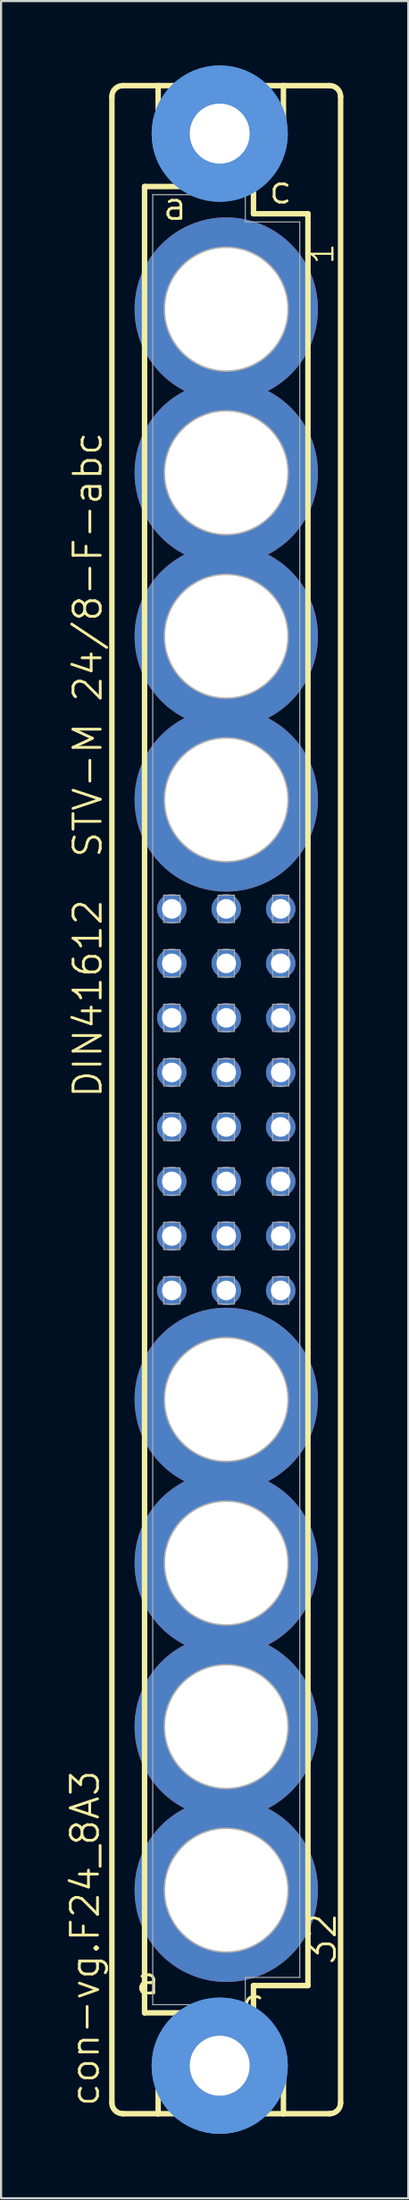
<source format=kicad_pcb>
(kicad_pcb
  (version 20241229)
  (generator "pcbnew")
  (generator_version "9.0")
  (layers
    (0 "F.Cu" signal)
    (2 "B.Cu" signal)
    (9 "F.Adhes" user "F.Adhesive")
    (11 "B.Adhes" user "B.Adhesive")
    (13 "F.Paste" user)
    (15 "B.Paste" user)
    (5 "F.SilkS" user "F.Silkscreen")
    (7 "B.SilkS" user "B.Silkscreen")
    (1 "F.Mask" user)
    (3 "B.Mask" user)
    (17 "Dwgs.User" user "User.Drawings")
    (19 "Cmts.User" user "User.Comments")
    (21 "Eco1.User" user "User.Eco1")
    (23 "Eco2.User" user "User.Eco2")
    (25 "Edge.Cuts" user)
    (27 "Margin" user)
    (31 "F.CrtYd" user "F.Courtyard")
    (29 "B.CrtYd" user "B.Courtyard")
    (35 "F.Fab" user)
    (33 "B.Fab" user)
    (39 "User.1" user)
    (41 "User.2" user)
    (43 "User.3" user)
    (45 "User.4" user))
  (footprint "con-vg.F24_8A3"
    (layer "F.Cu")
    (at 7.502 48.184)
    (property "Reference" "con-vg.F24_8A3" (at -5.842 46.99 90) (layer "F.SilkS") (effects (font (size 1.27 1.27) (thickness 0.13)) (justify left bottom)))
    (attr through_hole)
    (fp_line (start -5.334 46.736) (end -5.334 -46.736) (stroke (width 0.254) (type default)) (layer "F.SilkS"))
    (fp_line (start -4.826 -47.244) (end -3.175 -47.244) (stroke (width 0.254) (type default)) (layer "F.SilkS"))
    (fp_line (start -4.826 47.244) (end -3.175 47.244) (stroke (width 0.254) (type default)) (layer "F.SilkS"))
    (fp_line (start -3.81 -42.545) (end -3.81 42.545) (stroke (width 0.254) (type default)) (layer "F.SilkS"))
    (fp_line (start -3.81 42.545) (end -1.651 42.545) (stroke (width 0.254) (type default)) (layer "F.SilkS"))
    (fp_line (start -3.175 -47.244) (end -3.175 -44.45) (stroke (width 0.254) (type default)) (layer "F.SilkS"))
    (fp_line (start -3.175 47.244) (end -3.175 44.45) (stroke (width 0.254) (type default)) (layer "F.SilkS"))
    (fp_line (start -3.175 47.244) (end 2.667 47.244) (stroke (width 0.254) (type default)) (layer "F.SilkS"))
    (fp_line (start -1.651 -42.545) (end -3.81 -42.545) (stroke (width 0.254) (type default)) (layer "F.SilkS"))
    (fp_line (start -1.651 -42.545) (end -3.175 -44.45) (stroke (width 0.254) (type default)) (layer "F.SilkS"))
    (fp_line (start -1.651 42.545) (end -3.175 44.45) (stroke (width 0.254) (type default)) (layer "F.SilkS"))
    (fp_line (start -1.651 42.545) (end 1.143 42.545) (stroke (width 0.254) (type default)) (layer "F.SilkS"))
    (fp_line (start 1.143 -42.545) (end -1.651 -42.545) (stroke (width 0.254) (type default)) (layer "F.SilkS"))
    (fp_line (start 1.143 -42.545) (end 2.667 -44.45) (stroke (width 0.254) (type default)) (layer "F.SilkS"))
    (fp_line (start 1.143 42.545) (end 1.27 42.545) (stroke (width 0.254) (type default)) (layer "F.SilkS"))
    (fp_line (start 1.143 42.545) (end 2.667 44.45) (stroke (width 0.254) (type default)) (layer "F.SilkS"))
    (fp_line (start 1.27 -42.545) (end 1.143 -42.545) (stroke (width 0.254) (type default)) (layer "F.SilkS"))
    (fp_line (start 1.27 -41.275) (end 1.27 -42.545) (stroke (width 0.254) (type default)) (layer "F.SilkS"))
    (fp_line (start 1.27 41.275) (end 3.81 41.275) (stroke (width 0.254) (type default)) (layer "F.SilkS"))
    (fp_line (start 1.27 42.545) (end 1.27 41.275) (stroke (width 0.254) (type default)) (layer "F.SilkS"))
    (fp_line (start 2.667 -47.244) (end -3.175 -47.244) (stroke (width 0.254) (type default)) (layer "F.SilkS"))
    (fp_line (start 2.667 -47.244) (end 2.667 -44.45) (stroke (width 0.254) (type default)) (layer "F.SilkS"))
    (fp_line (start 2.667 47.244) (end 2.667 44.45) (stroke (width 0.254) (type default)) (layer "F.SilkS"))
    (fp_line (start 2.667 47.244) (end 4.826 47.244) (stroke (width 0.254) (type default)) (layer "F.SilkS"))
    (fp_line (start 3.81 -41.275) (end 1.27 -41.275) (stroke (width 0.254) (type default)) (layer "F.SilkS"))
    (fp_line (start 3.81 41.275) (end 3.81 -41.275) (stroke (width 0.254) (type default)) (layer "F.SilkS"))
    (fp_line (start 4.826 -47.244) (end 2.667 -47.244) (stroke (width 0.254) (type default)) (layer "F.SilkS"))
    (fp_line (start 5.334 46.736) (end 5.334 -46.736) (stroke (width 0.254) (type default)) (layer "F.SilkS"))
    (fp_arc (start -5.334 -46.736) (mid -5.18521 -47.09521) (end -4.826 -47.244) (stroke (width 0.254) (type default)) (layer "F.SilkS"))
    (fp_arc (start -4.826 47.244) (mid -5.18521 47.09521) (end -5.334 46.736) (stroke (width 0.254) (type default)) (layer "F.SilkS"))
    (fp_arc (start 4.826 -47.244) (mid 5.18521 -47.09521) (end 5.334 -46.736) (stroke (width 0.254) (type default)) (layer "F.SilkS"))
    (fp_arc (start 5.334 46.736) (mid 5.18521 47.09521) (end 4.826 47.244) (stroke (width 0.254) (type default)) (layer "F.SilkS"))
    (fp_circle (center -0.305 -45.009) (end 0.965 -45.009) (stroke (width 0.254) (type default)) (fill no) (layer "F.SilkS"))
    (fp_circle (center -0.305 45.009) (end 0.965 45.009) (stroke (width 0.254) (type default)) (fill no) (layer "F.SilkS"))
    (fp_circle (center -0.305 -45.009) (end 1.981 -45.009) (stroke (width 1.778) (type default)) (fill no) (layer "Cmts.User"))
    (fp_circle (center -0.305 -45.009) (end 1.981 -45.009) (stroke (width 1.778) (type default)) (fill no) (layer "Cmts.User"))
    (fp_circle (center -0.305 45.009) (end 1.981 45.009) (stroke (width 1.778) (type default)) (fill no) (layer "Cmts.User"))
    (fp_circle (center -0.305 45.009) (end 1.981 45.009) (stroke (width 1.778) (type default)) (fill no) (layer "Cmts.User"))
    (fp_line (start -3.429 -42.164) (end -3.429 42.164) (stroke (width 0.051) (type default)) (layer "F.Fab"))
    (fp_line (start -3.429 -42.164) (end 0.889 -42.164) (stroke (width 0.051) (type default)) (layer "F.Fab"))
    (fp_line (start -3.429 42.164) (end 0.889 42.164) (stroke (width 0.051) (type default)) (layer "F.Fab"))
    (fp_line (start 0.889 -42.164) (end 0.889 -40.894) (stroke (width 0.051) (type default)) (layer "F.Fab"))
    (fp_line (start 0.889 -40.894) (end 3.429 -40.894) (stroke (width 0.051) (type default)) (layer "F.Fab"))
    (fp_line (start 0.889 40.894) (end 3.429 40.894) (stroke (width 0.051) (type default)) (layer "F.Fab"))
    (fp_line (start 0.889 42.164) (end 0.889 40.894) (stroke (width 0.051) (type default)) (layer "F.Fab"))
    (fp_line (start 3.429 -40.894) (end 3.429 40.894) (stroke (width 0.051) (type default)) (layer "F.Fab"))
    (fp_rect (start -2.921 -8.255) (end -2.159 -9.525) (stroke (width 0.05) (type default)) (fill no) (layer "F.Fab"))
    (fp_rect (start -2.921 -5.715) (end -2.159 -6.985) (stroke (width 0.05) (type default)) (fill no) (layer "F.Fab"))
    (fp_rect (start -2.921 -3.175) (end -2.159 -4.445) (stroke (width 0.05) (type default)) (fill no) (layer "F.Fab"))
    (fp_rect (start -2.921 -0.635) (end -2.159 -1.905) (stroke (width 0.05) (type default)) (fill no) (layer "F.Fab"))
    (fp_rect (start -2.921 1.905) (end -2.159 0.635) (stroke (width 0.05) (type default)) (fill no) (layer "F.Fab"))
    (fp_rect (start -2.921 4.445) (end -2.159 3.175) (stroke (width 0.05) (type default)) (fill no) (layer "F.Fab"))
    (fp_rect (start -2.921 6.985) (end -2.159 5.715) (stroke (width 0.05) (type default)) (fill no) (layer "F.Fab"))
    (fp_rect (start -2.921 9.525) (end -2.159 8.255) (stroke (width 0.05) (type default)) (fill no) (layer "F.Fab"))
    (fp_rect (start -0.381 -8.255) (end 0.381 -9.525) (stroke (width 0.05) (type default)) (fill no) (layer "F.Fab"))
    (fp_rect (start -0.381 -5.715) (end 0.381 -6.985) (stroke (width 0.05) (type default)) (fill no) (layer "F.Fab"))
    (fp_rect (start -0.381 -3.175) (end 0.381 -4.445) (stroke (width 0.05) (type default)) (fill no) (layer "F.Fab"))
    (fp_rect (start -0.381 -0.635) (end 0.381 -1.905) (stroke (width 0.05) (type default)) (fill no) (layer "F.Fab"))
    (fp_rect (start -0.381 1.905) (end 0.381 0.635) (stroke (width 0.05) (type default)) (fill no) (layer "F.Fab"))
    (fp_rect (start -0.381 4.445) (end 0.381 3.175) (stroke (width 0.05) (type default)) (fill no) (layer "F.Fab"))
    (fp_rect (start -0.381 6.985) (end 0.381 5.715) (stroke (width 0.05) (type default)) (fill no) (layer "F.Fab"))
    (fp_rect (start -0.381 9.525) (end 0.381 8.255) (stroke (width 0.05) (type default)) (fill no) (layer "F.Fab"))
    (fp_rect (start 2.159 -8.255) (end 2.921 -9.525) (stroke (width 0.05) (type default)) (fill no) (layer "F.Fab"))
    (fp_rect (start 2.159 -5.715) (end 2.921 -6.985) (stroke (width 0.05) (type default)) (fill no) (layer "F.Fab"))
    (fp_rect (start 2.159 -3.175) (end 2.921 -4.445) (stroke (width 0.05) (type default)) (fill no) (layer "F.Fab"))
    (fp_rect (start 2.159 -0.635) (end 2.921 -1.905) (stroke (width 0.05) (type default)) (fill no) (layer "F.Fab"))
    (fp_rect (start 2.159 1.905) (end 2.921 0.635) (stroke (width 0.05) (type default)) (fill no) (layer "F.Fab"))
    (fp_rect (start 2.159 4.445) (end 2.921 3.175) (stroke (width 0.05) (type default)) (fill no) (layer "F.Fab"))
    (fp_rect (start 2.159 6.985) (end 2.921 5.715) (stroke (width 0.05) (type default)) (fill no) (layer "F.Fab"))
    (fp_rect (start 2.159 9.525) (end 2.921 8.255) (stroke (width 0.05) (type default)) (fill no) (layer "F.Fab"))
    (fp_circle (center 0 -36.83) (end 2.794 -36.83) (stroke (width 0.254) (type default)) (fill no) (layer "F.Fab"))
    (fp_circle (center 0 -29.21) (end 2.794 -29.21) (stroke (width 0.254) (type default)) (fill no) (layer "F.Fab"))
    (fp_circle (center 0 -21.59) (end 2.794 -21.59) (stroke (width 0.254) (type default)) (fill no) (layer "F.Fab"))
    (fp_circle (center 0 -13.97) (end 2.794 -13.97) (stroke (width 0.254) (type default)) (fill no) (layer "F.Fab"))
    (fp_circle (center 0 13.97) (end 2.794 13.97) (stroke (width 0.254) (type default)) (fill no) (layer "F.Fab"))
    (fp_circle (center 0 21.59) (end 2.794 21.59) (stroke (width 0.254) (type default)) (fill no) (layer "F.Fab"))
    (fp_circle (center 0 29.21) (end 2.794 29.21) (stroke (width 0.254) (type default)) (fill no) (layer "F.Fab"))
    (fp_circle (center 0 36.83) (end 2.794 36.83) (stroke (width 0.254) (type default)) (fill no) (layer "F.Fab"))
    (fp_text user "c " (at 0.635 42.799 0) (layer "F.SilkS") (effects (font (size 1.27 1.27) (thickness 0.13)) (justify left bottom)))
    (fp_text user "DIN41612  STV-M 24/8-F-abc" (at -5.715 0 90) (layer "F.SilkS") (effects (font (size 1.27 1.27) (thickness 0.13)) (justify left bottom)))
    (fp_text user "32" (at 5.207 40.386 90) (layer "F.SilkS") (effects (font (size 1.27 1.27) (thickness 0.13)) (justify left bottom)))
    (fp_text user "a" (at -3.048 -40.894 0) (layer "F.SilkS") (effects (font (size 1.27 1.27) (thickness 0.13)) (justify left bottom)))
    (fp_text user "c" (at 1.905 -41.656 0) (layer "F.SilkS") (effects (font (size 1.27 1.27) (thickness 0.13)) (justify left bottom)))
    (fp_text user "1" (at 5.08 -38.862 90) (layer "F.SilkS") (effects (font (size 1.016 1.016) (thickness 0.1)) (justify left bottom)))
    (fp_text user "a " (at -4.318 41.783 0) (layer "F.SilkS") (effects (font (size 1.27 1.27) (thickness 0.13)) (justify left bottom)))
    (pad "" np_thru_hole circle (at -0.305 -45.009) (size 2.794 2.794) (drill 2.794) (layers "*.Cu" "*.Mask"))
    (pad "" np_thru_hole circle (at -0.305 45.009) (size 2.794 2.794) (drill 2.794) (layers "*.Cu" "*.Mask"))
    (pad "1" thru_hole circle (at 0 -36.83) (size 8.55 8.55) (drill 5.7) (layers "*.Cu" "*.Mask"))
    (pad "2" thru_hole circle (at 0 -29.21) (size 8.55 8.55) (drill 5.7) (layers "*.Cu" "*.Mask"))
    (pad "3" thru_hole circle (at 0 -21.59) (size 8.55 8.55) (drill 5.7) (layers "*.Cu" "*.Mask"))
    (pad "4" thru_hole circle (at 0 -13.97) (size 8.55 8.55) (drill 5.7) (layers "*.Cu" "*.Mask"))
    (pad "5" thru_hole circle (at 0 13.97) (size 8.55 8.55) (drill 5.7) (layers "*.Cu" "*.Mask"))
    (pad "6" thru_hole circle (at 0 21.59) (size 8.55 8.55) (drill 5.7) (layers "*.Cu" "*.Mask"))
    (pad "7" thru_hole circle (at 0 29.21) (size 8.55 8.55) (drill 5.7) (layers "*.Cu" "*.Mask"))
    (pad "8" thru_hole circle (at 0 36.83) (size 8.55 8.55) (drill 5.7) (layers "*.Cu" "*.Mask"))
    (pad "A13" thru_hole circle (at -2.54 -8.89) (size 1.372 1.372) (drill 0.914) (layers "*.Cu" "*.Mask"))
    (pad "A14" thru_hole circle (at -2.54 -6.35) (size 1.372 1.372) (drill 0.914) (layers "*.Cu" "*.Mask"))
    (pad "A15" thru_hole circle (at -2.54 -3.81) (size 1.372 1.372) (drill 0.914) (layers "*.Cu" "*.Mask"))
    (pad "A16" thru_hole circle (at -2.54 -1.27) (size 1.372 1.372) (drill 0.914) (layers "*.Cu" "*.Mask"))
    (pad "A17" thru_hole circle (at -2.54 1.27) (size 1.372 1.372) (drill 0.914) (layers "*.Cu" "*.Mask"))
    (pad "A18" thru_hole circle (at -2.54 3.81) (size 1.372 1.372) (drill 0.914) (layers "*.Cu" "*.Mask"))
    (pad "A19" thru_hole circle (at -2.54 6.35) (size 1.372 1.372) (drill 0.914) (layers "*.Cu" "*.Mask"))
    (pad "A20" thru_hole circle (at -2.54 8.89) (size 1.372 1.372) (drill 0.914) (layers "*.Cu" "*.Mask"))
    (pad "B13" thru_hole circle (at 0 -8.89) (size 1.372 1.372) (drill 0.914) (layers "*.Cu" "*.Mask"))
    (pad "B14" thru_hole circle (at 0 -6.35) (size 1.372 1.372) (drill 0.914) (layers "*.Cu" "*.Mask"))
    (pad "B15" thru_hole circle (at 0 -3.81) (size 1.372 1.372) (drill 0.914) (layers "*.Cu" "*.Mask"))
    (pad "B16" thru_hole circle (at 0 -1.27) (size 1.372 1.372) (drill 0.914) (layers "*.Cu" "*.Mask"))
    (pad "B17" thru_hole circle (at 0 1.27) (size 1.372 1.372) (drill 0.914) (layers "*.Cu" "*.Mask"))
    (pad "B18" thru_hole circle (at 0 3.81) (size 1.372 1.372) (drill 0.914) (layers "*.Cu" "*.Mask"))
    (pad "B19" thru_hole circle (at 0 6.35) (size 1.372 1.372) (drill 0.914) (layers "*.Cu" "*.Mask"))
    (pad "B20" thru_hole circle (at 0 8.89) (size 1.372 1.372) (drill 0.914) (layers "*.Cu" "*.Mask"))
    (pad "C13" thru_hole circle (at 2.54 -8.89) (size 1.372 1.372) (drill 0.914) (layers "*.Cu" "*.Mask"))
    (pad "C14" thru_hole circle (at 2.54 -6.35) (size 1.372 1.372) (drill 0.914) (layers "*.Cu" "*.Mask"))
    (pad "C15" thru_hole circle (at 2.54 -3.81) (size 1.372 1.372) (drill 0.914) (layers "*.Cu" "*.Mask"))
    (pad "C16" thru_hole circle (at 2.54 -1.27) (size 1.372 1.372) (drill 0.914) (layers "*.Cu" "*.Mask"))
    (pad "C17" thru_hole circle (at 2.54 1.27) (size 1.372 1.372) (drill 0.914) (layers "*.Cu" "*.Mask"))
    (pad "C18" thru_hole circle (at 2.54 3.81) (size 1.372 1.372) (drill 0.914) (layers "*.Cu" "*.Mask"))
    (pad "C19" thru_hole circle (at 2.54 6.35) (size 1.372 1.372) (drill 0.914) (layers "*.Cu" "*.Mask"))
    (pad "C20" thru_hole circle (at 2.54 8.89) (size 1.372 1.372) (drill 0.914) (layers "*.Cu" "*.Mask")))
  (gr_rect
    (start -3 -3)
    (end 15.991 99.368)
    (stroke (width 0.1) (type default))
    (fill no)
    (layer "Edge.Cuts")))
</source>
